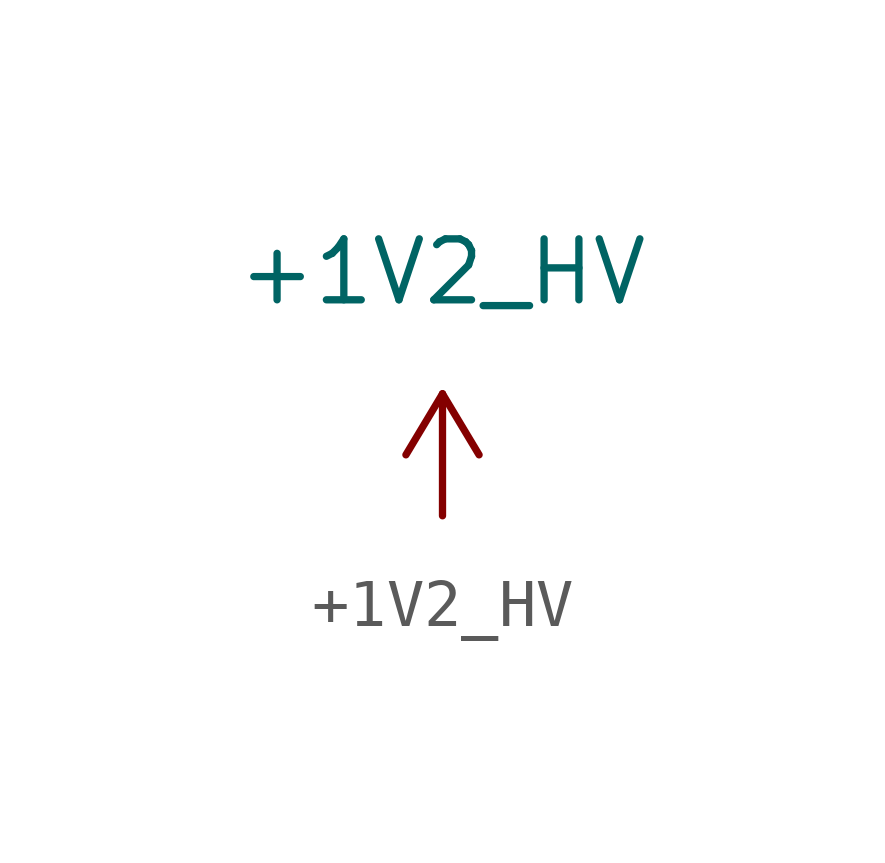
<source format=kicad_sym>
(kicad_symbol_lib
  (version 20220914)
  (generator kicad_symbol_editor)
  (symbol "+1V2_HV"
    (power)
    (pin_numbers hide)
    (pin_names
      (offset 0))
    (property "Reference" "#PWR"
      (at 1.27 0 90)
      (effects (font (size 1.27 1.27)) hide))
    (property "Value" "+1V2_HV"
      (at 0 5.08 0)
      (effects (font (size 1.27 1.27))))
    (symbol "+1V2_HV_1_1"
      (polyline (pts (xy -0.762 1.27) (xy 0 2.54)) (stroke (width 0) (type default)) (fill (type none)))
      (polyline (pts (xy 0 0) (xy 0 2.54)) (stroke (width 0) (type default)) (fill (type none)))
      (polyline (pts (xy 0 2.54) (xy 0.762 1.27)) (stroke (width 0) (type default)) (fill (type none)))
      (pin power_in line (at 0 0 90) (length 0) hide (name "+1V2_HV" (effects (font (size 1.27 1.27)))) (number "1" (effects (font (size 1.27 1.27))))))))
</source>
